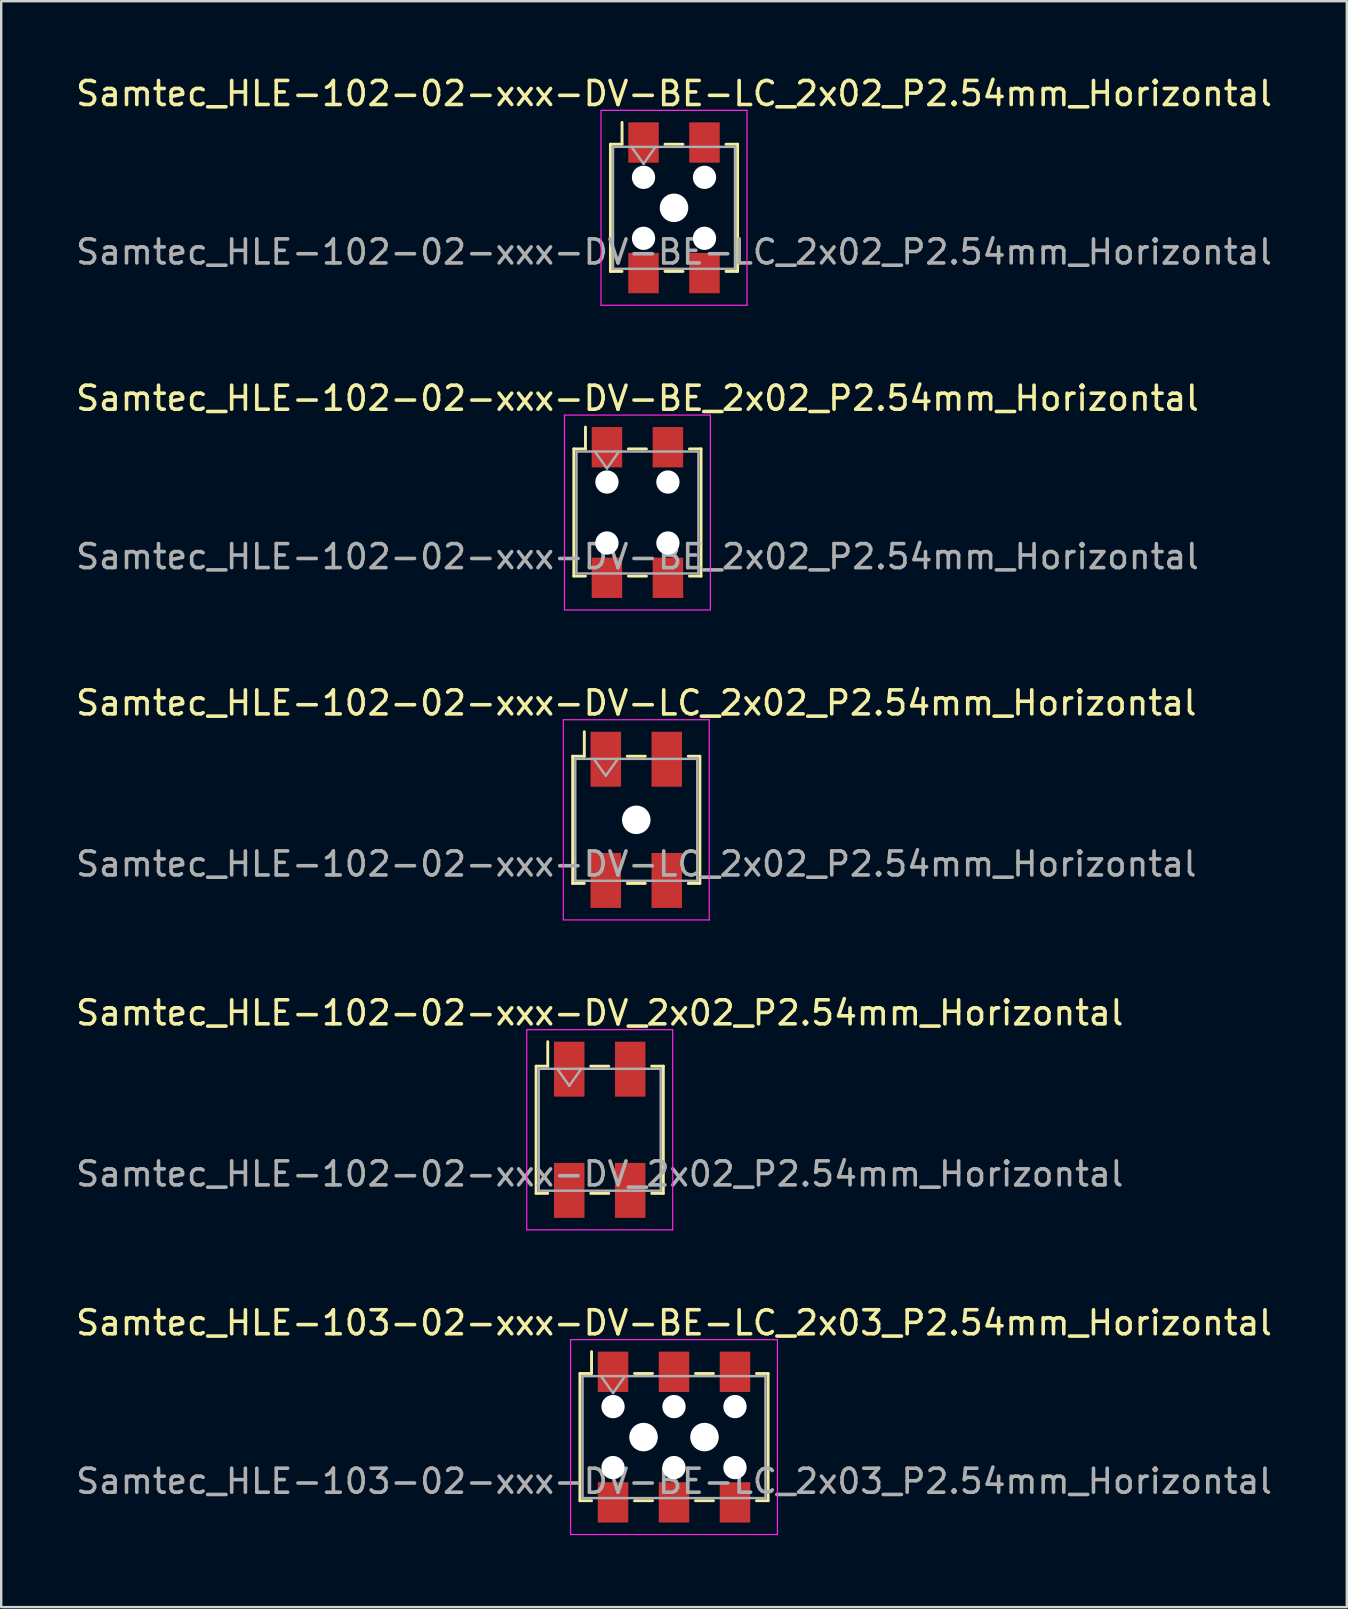
<source format=kicad_pcb>
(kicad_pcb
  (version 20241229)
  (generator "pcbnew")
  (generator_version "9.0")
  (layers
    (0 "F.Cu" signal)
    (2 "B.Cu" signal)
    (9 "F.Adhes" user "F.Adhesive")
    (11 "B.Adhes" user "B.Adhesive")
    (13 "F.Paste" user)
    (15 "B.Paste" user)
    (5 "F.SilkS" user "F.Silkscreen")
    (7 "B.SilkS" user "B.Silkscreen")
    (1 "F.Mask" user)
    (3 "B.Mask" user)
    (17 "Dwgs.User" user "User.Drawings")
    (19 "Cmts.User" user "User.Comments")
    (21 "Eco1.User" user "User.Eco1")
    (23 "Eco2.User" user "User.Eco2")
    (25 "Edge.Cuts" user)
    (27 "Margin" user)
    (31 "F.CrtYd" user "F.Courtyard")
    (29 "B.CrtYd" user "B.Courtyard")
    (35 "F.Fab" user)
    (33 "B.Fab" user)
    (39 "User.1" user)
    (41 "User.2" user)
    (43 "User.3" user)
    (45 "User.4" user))
  (footprint "Samtec_HLE-102-02-xxx-DV-BE-LC_2x02_P2.54mm_Horizontal"
    (layer "F.Cu")
    (at 25.03 5.608)
    (property "Reference" "Samtec_HLE-102-02-xxx-DV-BE-LC_2x02_P2.54mm_Horizontal" (at 0 -4.76 0) (layer "F.SilkS") (effects (font (size 1 1) (thickness 0.15))))
    (attr smd)
    (fp_line (start -2.65 -2.65) (end -2.65 2.65) (stroke (width 0.12) (type solid)) (layer "F.SilkS"))
    (fp_line (start -2.65 2.65) (end -2.165 2.65) (stroke (width 0.12) (type solid)) (layer "F.SilkS"))
    (fp_line (start -2.165 -3.56) (end -2.165 -2.65) (stroke (width 0.12) (type solid)) (layer "F.SilkS"))
    (fp_line (start -2.165 -2.65) (end -2.65 -2.65) (stroke (width 0.12) (type solid)) (layer "F.SilkS"))
    (fp_line (start -0.375 -2.65) (end 0.375 -2.65) (stroke (width 0.12) (type solid)) (layer "F.SilkS"))
    (fp_line (start -0.375 2.65) (end 0.375 2.65) (stroke (width 0.12) (type solid)) (layer "F.SilkS"))
    (fp_line (start 2.165 -2.65) (end 2.65 -2.65) (stroke (width 0.12) (type solid)) (layer "F.SilkS"))
    (fp_line (start 2.65 -2.65) (end 2.65 2.65) (stroke (width 0.12) (type solid)) (layer "F.SilkS"))
    (fp_line (start 2.65 2.65) (end 2.165 2.65) (stroke (width 0.12) (type solid)) (layer "F.SilkS"))
    (fp_line (start -3.04 -4.06) (end 3.04 -4.06) (stroke (width 0.05) (type solid)) (layer "F.CrtYd"))
    (fp_line (start -3.04 4.06) (end -3.04 -4.06) (stroke (width 0.05) (type solid)) (layer "F.CrtYd"))
    (fp_line (start 3.04 -4.06) (end 3.04 4.06) (stroke (width 0.05) (type solid)) (layer "F.CrtYd"))
    (fp_line (start 3.04 4.06) (end -3.04 4.06) (stroke (width 0.05) (type solid)) (layer "F.CrtYd"))
    (fp_line (start -2.54 -2.54) (end 2.54 -2.54) (stroke (width 0.1) (type solid)) (layer "F.Fab"))
    (fp_line (start -2.54 2.54) (end -2.54 -2.54) (stroke (width 0.1) (type solid)) (layer "F.Fab"))
    (fp_line (start -1.77 -2.54) (end -1.27 -1.833) (stroke (width 0.1) (type solid)) (layer "F.Fab"))
    (fp_line (start -1.27 -1.833) (end -0.77 -2.54) (stroke (width 0.1) (type solid)) (layer "F.Fab"))
    (fp_line (start 2.54 -2.54) (end 2.54 2.54) (stroke (width 0.1) (type solid)) (layer "F.Fab"))
    (fp_line (start 2.54 2.54) (end -2.54 2.54) (stroke (width 0.1) (type solid)) (layer "F.Fab"))
    (fp_text user "${REFERENCE}" (at 0 1.84 0) (layer "F.Fab") (effects (font (size 1 1) (thickness 0.15))))
    (pad "" np_thru_hole circle (at -1.27 -1.27) (size 0.97 0.97) (drill 0.97) (layers "*.Cu" "*.Mask"))
    (pad "" np_thru_hole circle (at -1.27 1.27) (size 0.97 0.97) (drill 0.97) (layers "*.Cu" "*.Mask"))
    (pad "" np_thru_hole circle (at 0 0) (size 1.19 1.19) (drill 1.19) (layers "*.Cu" "*.Mask"))
    (pad "" np_thru_hole circle (at 1.27 -1.27) (size 0.97 0.97) (drill 0.97) (layers "*.Cu" "*.Mask"))
    (pad "" np_thru_hole circle (at 1.27 1.27) (size 0.97 0.97) (drill 0.97) (layers "*.Cu" "*.Mask"))
    (pad "1" smd rect (at -1.27 -2.72) (size 1.27 1.68) (layers "F.Cu" "F.Mask" "F.Paste"))
    (pad "2" smd rect (at -1.27 2.72) (size 1.27 1.68) (layers "F.Cu" "F.Mask" "F.Paste"))
    (pad "3" smd rect (at 1.27 -2.72) (size 1.27 1.68) (layers "F.Cu" "F.Mask" "F.Paste"))
    (pad "4" smd rect (at 1.27 2.72) (size 1.27 1.68) (layers "F.Cu" "F.Mask" "F.Paste")))
  (footprint "Samtec_HLE-103-02-xxx-DV-BE-LC_2x03_P2.54mm_Horizontal"
    (layer "F.Cu")
    (at 25.03 56.821)
    (property "Reference" "Samtec_HLE-103-02-xxx-DV-BE-LC_2x03_P2.54mm_Horizontal" (at 0 -4.76 0) (layer "F.SilkS") (effects (font (size 1 1) (thickness 0.15))))
    (attr smd)
    (fp_line (start -3.92 -2.65) (end -3.92 2.65) (stroke (width 0.12) (type solid)) (layer "F.SilkS"))
    (fp_line (start -3.92 2.65) (end -3.435 2.65) (stroke (width 0.12) (type solid)) (layer "F.SilkS"))
    (fp_line (start -3.435 -3.56) (end -3.435 -2.65) (stroke (width 0.12) (type solid)) (layer "F.SilkS"))
    (fp_line (start -3.435 -2.65) (end -3.92 -2.65) (stroke (width 0.12) (type solid)) (layer "F.SilkS"))
    (fp_line (start -1.645 -2.65) (end -0.895 -2.65) (stroke (width 0.12) (type solid)) (layer "F.SilkS"))
    (fp_line (start -1.645 2.65) (end -0.895 2.65) (stroke (width 0.12) (type solid)) (layer "F.SilkS"))
    (fp_line (start 0.895 -2.65) (end 1.645 -2.65) (stroke (width 0.12) (type solid)) (layer "F.SilkS"))
    (fp_line (start 0.895 2.65) (end 1.645 2.65) (stroke (width 0.12) (type solid)) (layer "F.SilkS"))
    (fp_line (start 3.435 -2.65) (end 3.92 -2.65) (stroke (width 0.12) (type solid)) (layer "F.SilkS"))
    (fp_line (start 3.92 -2.65) (end 3.92 2.65) (stroke (width 0.12) (type solid)) (layer "F.SilkS"))
    (fp_line (start 3.92 2.65) (end 3.435 2.65) (stroke (width 0.12) (type solid)) (layer "F.SilkS"))
    (fp_line (start -4.31 -4.06) (end 4.31 -4.06) (stroke (width 0.05) (type solid)) (layer "F.CrtYd"))
    (fp_line (start -4.31 4.06) (end -4.31 -4.06) (stroke (width 0.05) (type solid)) (layer "F.CrtYd"))
    (fp_line (start 4.31 -4.06) (end 4.31 4.06) (stroke (width 0.05) (type solid)) (layer "F.CrtYd"))
    (fp_line (start 4.31 4.06) (end -4.31 4.06) (stroke (width 0.05) (type solid)) (layer "F.CrtYd"))
    (fp_line (start -3.81 -2.54) (end 3.81 -2.54) (stroke (width 0.1) (type solid)) (layer "F.Fab"))
    (fp_line (start -3.81 2.54) (end -3.81 -2.54) (stroke (width 0.1) (type solid)) (layer "F.Fab"))
    (fp_line (start -3.04 -2.54) (end -2.54 -1.833) (stroke (width 0.1) (type solid)) (layer "F.Fab"))
    (fp_line (start -2.54 -1.833) (end -2.04 -2.54) (stroke (width 0.1) (type solid)) (layer "F.Fab"))
    (fp_line (start 3.81 -2.54) (end 3.81 2.54) (stroke (width 0.1) (type solid)) (layer "F.Fab"))
    (fp_line (start 3.81 2.54) (end -3.81 2.54) (stroke (width 0.1) (type solid)) (layer "F.Fab"))
    (fp_text user "${REFERENCE}" (at 0 1.84 0) (layer "F.Fab") (effects (font (size 1 1) (thickness 0.15))))
    (pad "" np_thru_hole circle (at -2.54 -1.27) (size 0.97 0.97) (drill 0.97) (layers "*.Cu" "*.Mask"))
    (pad "" np_thru_hole circle (at -2.54 1.27) (size 0.97 0.97) (drill 0.97) (layers "*.Cu" "*.Mask"))
    (pad "" np_thru_hole circle (at -1.27 0) (size 1.19 1.19) (drill 1.19) (layers "*.Cu" "*.Mask"))
    (pad "" np_thru_hole circle (at 0 -1.27) (size 0.97 0.97) (drill 0.97) (layers "*.Cu" "*.Mask"))
    (pad "" np_thru_hole circle (at 0 1.27) (size 0.97 0.97) (drill 0.97) (layers "*.Cu" "*.Mask"))
    (pad "" np_thru_hole circle (at 1.27 0) (size 1.19 1.19) (drill 1.19) (layers "*.Cu" "*.Mask"))
    (pad "" np_thru_hole circle (at 2.54 -1.27) (size 0.97 0.97) (drill 0.97) (layers "*.Cu" "*.Mask"))
    (pad "" np_thru_hole circle (at 2.54 1.27) (size 0.97 0.97) (drill 0.97) (layers "*.Cu" "*.Mask"))
    (pad "1" smd rect (at -2.54 -2.72) (size 1.27 1.68) (layers "F.Cu" "F.Mask" "F.Paste"))
    (pad "2" smd rect (at -2.54 2.72) (size 1.27 1.68) (layers "F.Cu" "F.Mask" "F.Paste"))
    (pad "3" smd rect (at 0 -2.72) (size 1.27 1.68) (layers "F.Cu" "F.Mask" "F.Paste"))
    (pad "4" smd rect (at 0 2.72) (size 1.27 1.68) (layers "F.Cu" "F.Mask" "F.Paste"))
    (pad "5" smd rect (at 2.54 -2.72) (size 1.27 1.68) (layers "F.Cu" "F.Mask" "F.Paste"))
    (pad "6" smd rect (at 2.54 2.72) (size 1.27 1.68) (layers "F.Cu" "F.Mask" "F.Paste")))
  (footprint "Samtec_HLE-102-02-xxx-DV-BE_2x02_P2.54mm_Horizontal"
    (layer "F.Cu")
    (at 23.506 18.302)
    (property "Reference" "Samtec_HLE-102-02-xxx-DV-BE_2x02_P2.54mm_Horizontal" (at 0 -4.76 0) (layer "F.SilkS") (effects (font (size 1 1) (thickness 0.15))))
    (attr smd)
    (fp_line (start -2.65 -2.65) (end -2.65 2.65) (stroke (width 0.12) (type solid)) (layer "F.SilkS"))
    (fp_line (start -2.65 2.65) (end -2.165 2.65) (stroke (width 0.12) (type solid)) (layer "F.SilkS"))
    (fp_line (start -2.165 -3.56) (end -2.165 -2.65) (stroke (width 0.12) (type solid)) (layer "F.SilkS"))
    (fp_line (start -2.165 -2.65) (end -2.65 -2.65) (stroke (width 0.12) (type solid)) (layer "F.SilkS"))
    (fp_line (start -0.375 -2.65) (end 0.375 -2.65) (stroke (width 0.12) (type solid)) (layer "F.SilkS"))
    (fp_line (start -0.375 2.65) (end 0.375 2.65) (stroke (width 0.12) (type solid)) (layer "F.SilkS"))
    (fp_line (start 2.165 -2.65) (end 2.65 -2.65) (stroke (width 0.12) (type solid)) (layer "F.SilkS"))
    (fp_line (start 2.65 -2.65) (end 2.65 2.65) (stroke (width 0.12) (type solid)) (layer "F.SilkS"))
    (fp_line (start 2.65 2.65) (end 2.165 2.65) (stroke (width 0.12) (type solid)) (layer "F.SilkS"))
    (fp_line (start -3.04 -4.06) (end 3.04 -4.06) (stroke (width 0.05) (type solid)) (layer "F.CrtYd"))
    (fp_line (start -3.04 4.06) (end -3.04 -4.06) (stroke (width 0.05) (type solid)) (layer "F.CrtYd"))
    (fp_line (start 3.04 -4.06) (end 3.04 4.06) (stroke (width 0.05) (type solid)) (layer "F.CrtYd"))
    (fp_line (start 3.04 4.06) (end -3.04 4.06) (stroke (width 0.05) (type solid)) (layer "F.CrtYd"))
    (fp_line (start -2.54 -2.54) (end 2.54 -2.54) (stroke (width 0.1) (type solid)) (layer "F.Fab"))
    (fp_line (start -2.54 2.54) (end -2.54 -2.54) (stroke (width 0.1) (type solid)) (layer "F.Fab"))
    (fp_line (start -1.77 -2.54) (end -1.27 -1.833) (stroke (width 0.1) (type solid)) (layer "F.Fab"))
    (fp_line (start -1.27 -1.833) (end -0.77 -2.54) (stroke (width 0.1) (type solid)) (layer "F.Fab"))
    (fp_line (start 2.54 -2.54) (end 2.54 2.54) (stroke (width 0.1) (type solid)) (layer "F.Fab"))
    (fp_line (start 2.54 2.54) (end -2.54 2.54) (stroke (width 0.1) (type solid)) (layer "F.Fab"))
    (fp_text user "${REFERENCE}" (at 0 1.84 0) (layer "F.Fab") (effects (font (size 1 1) (thickness 0.15))))
    (pad "" np_thru_hole circle (at -1.27 -1.27) (size 0.97 0.97) (drill 0.97) (layers "*.Cu" "*.Mask"))
    (pad "" np_thru_hole circle (at -1.27 1.27) (size 0.97 0.97) (drill 0.97) (layers "*.Cu" "*.Mask"))
    (pad "" np_thru_hole circle (at 1.27 -1.27) (size 0.97 0.97) (drill 0.97) (layers "*.Cu" "*.Mask"))
    (pad "" np_thru_hole circle (at 1.27 1.27) (size 0.97 0.97) (drill 0.97) (layers "*.Cu" "*.Mask"))
    (pad "1" smd rect (at -1.27 -2.72) (size 1.27 1.68) (layers "F.Cu" "F.Mask" "F.Paste"))
    (pad "2" smd rect (at -1.27 2.72) (size 1.27 1.68) (layers "F.Cu" "F.Mask" "F.Paste"))
    (pad "3" smd rect (at 1.27 -2.72) (size 1.27 1.68) (layers "F.Cu" "F.Mask" "F.Paste"))
    (pad "4" smd rect (at 1.27 2.72) (size 1.27 1.68) (layers "F.Cu" "F.Mask" "F.Paste")))
  (footprint "Samtec_HLE-102-02-xxx-DV-LC_2x02_P2.54mm_Horizontal"
    (layer "F.Cu")
    (at 23.458 31.105)
    (property "Reference" "Samtec_HLE-102-02-xxx-DV-LC_2x02_P2.54mm_Horizontal" (at 0 -4.87 0) (layer "F.SilkS") (effects (font (size 1 1) (thickness 0.15))))
    (attr smd)
    (fp_line (start -2.65 -2.65) (end -2.65 2.65) (stroke (width 0.12) (type solid)) (layer "F.SilkS"))
    (fp_line (start -2.65 2.65) (end -2.165 2.65) (stroke (width 0.12) (type solid)) (layer "F.SilkS"))
    (fp_line (start -2.165 -3.67) (end -2.165 -2.65) (stroke (width 0.12) (type solid)) (layer "F.SilkS"))
    (fp_line (start -2.165 -2.65) (end -2.65 -2.65) (stroke (width 0.12) (type solid)) (layer "F.SilkS"))
    (fp_line (start -0.375 -2.65) (end 0.375 -2.65) (stroke (width 0.12) (type solid)) (layer "F.SilkS"))
    (fp_line (start -0.375 2.65) (end 0.375 2.65) (stroke (width 0.12) (type solid)) (layer "F.SilkS"))
    (fp_line (start 2.165 -2.65) (end 2.65 -2.65) (stroke (width 0.12) (type solid)) (layer "F.SilkS"))
    (fp_line (start 2.65 -2.65) (end 2.65 2.65) (stroke (width 0.12) (type solid)) (layer "F.SilkS"))
    (fp_line (start 2.65 2.65) (end 2.165 2.65) (stroke (width 0.12) (type solid)) (layer "F.SilkS"))
    (fp_line (start -3.04 -4.17) (end 3.04 -4.17) (stroke (width 0.05) (type solid)) (layer "F.CrtYd"))
    (fp_line (start -3.04 4.17) (end -3.04 -4.17) (stroke (width 0.05) (type solid)) (layer "F.CrtYd"))
    (fp_line (start 3.04 -4.17) (end 3.04 4.17) (stroke (width 0.05) (type solid)) (layer "F.CrtYd"))
    (fp_line (start 3.04 4.17) (end -3.04 4.17) (stroke (width 0.05) (type solid)) (layer "F.CrtYd"))
    (fp_line (start -2.54 -2.54) (end 2.54 -2.54) (stroke (width 0.1) (type solid)) (layer "F.Fab"))
    (fp_line (start -2.54 2.54) (end -2.54 -2.54) (stroke (width 0.1) (type solid)) (layer "F.Fab"))
    (fp_line (start -1.77 -2.54) (end -1.27 -1.833) (stroke (width 0.1) (type solid)) (layer "F.Fab"))
    (fp_line (start -1.27 -1.833) (end -0.77 -2.54) (stroke (width 0.1) (type solid)) (layer "F.Fab"))
    (fp_line (start 2.54 -2.54) (end 2.54 2.54) (stroke (width 0.1) (type solid)) (layer "F.Fab"))
    (fp_line (start 2.54 2.54) (end -2.54 2.54) (stroke (width 0.1) (type solid)) (layer "F.Fab"))
    (fp_text user "${REFERENCE}" (at 0 1.84 0) (layer "F.Fab") (effects (font (size 1 1) (thickness 0.15))))
    (pad "" np_thru_hole circle (at 0 0) (size 1.19 1.19) (drill 1.19) (layers "*.Cu" "*.Mask"))
    (pad "1" smd rect (at -1.27 -2.525) (size 1.27 2.29) (layers "F.Cu" "F.Mask" "F.Paste"))
    (pad "2" smd rect (at -1.27 2.525) (size 1.27 2.29) (layers "F.Cu" "F.Mask" "F.Paste"))
    (pad "3" smd rect (at 1.27 -2.525) (size 1.27 2.29) (layers "F.Cu" "F.Mask" "F.Paste"))
    (pad "4" smd rect (at 1.27 2.525) (size 1.27 2.29) (layers "F.Cu" "F.Mask" "F.Paste")))
  (footprint "Samtec_HLE-102-02-xxx-DV_2x02_P2.54mm_Horizontal"
    (layer "F.Cu")
    (at 21.935 44.018)
    (property "Reference" "Samtec_HLE-102-02-xxx-DV_2x02_P2.54mm_Horizontal" (at 0 -4.87 0) (layer "F.SilkS") (effects (font (size 1 1) (thickness 0.15))))
    (attr smd)
    (fp_line (start -2.65 -2.65) (end -2.65 2.65) (stroke (width 0.12) (type solid)) (layer "F.SilkS"))
    (fp_line (start -2.65 2.65) (end -2.165 2.65) (stroke (width 0.12) (type solid)) (layer "F.SilkS"))
    (fp_line (start -2.165 -3.67) (end -2.165 -2.65) (stroke (width 0.12) (type solid)) (layer "F.SilkS"))
    (fp_line (start -2.165 -2.65) (end -2.65 -2.65) (stroke (width 0.12) (type solid)) (layer "F.SilkS"))
    (fp_line (start -0.375 -2.65) (end 0.375 -2.65) (stroke (width 0.12) (type solid)) (layer "F.SilkS"))
    (fp_line (start -0.375 2.65) (end 0.375 2.65) (stroke (width 0.12) (type solid)) (layer "F.SilkS"))
    (fp_line (start 2.165 -2.65) (end 2.65 -2.65) (stroke (width 0.12) (type solid)) (layer "F.SilkS"))
    (fp_line (start 2.65 -2.65) (end 2.65 2.65) (stroke (width 0.12) (type solid)) (layer "F.SilkS"))
    (fp_line (start 2.65 2.65) (end 2.165 2.65) (stroke (width 0.12) (type solid)) (layer "F.SilkS"))
    (fp_line (start -3.04 -4.17) (end 3.04 -4.17) (stroke (width 0.05) (type solid)) (layer "F.CrtYd"))
    (fp_line (start -3.04 4.17) (end -3.04 -4.17) (stroke (width 0.05) (type solid)) (layer "F.CrtYd"))
    (fp_line (start 3.04 -4.17) (end 3.04 4.17) (stroke (width 0.05) (type solid)) (layer "F.CrtYd"))
    (fp_line (start 3.04 4.17) (end -3.04 4.17) (stroke (width 0.05) (type solid)) (layer "F.CrtYd"))
    (fp_line (start -2.54 -2.54) (end 2.54 -2.54) (stroke (width 0.1) (type solid)) (layer "F.Fab"))
    (fp_line (start -2.54 2.54) (end -2.54 -2.54) (stroke (width 0.1) (type solid)) (layer "F.Fab"))
    (fp_line (start -1.77 -2.54) (end -1.27 -1.833) (stroke (width 0.1) (type solid)) (layer "F.Fab"))
    (fp_line (start -1.27 -1.833) (end -0.77 -2.54) (stroke (width 0.1) (type solid)) (layer "F.Fab"))
    (fp_line (start 2.54 -2.54) (end 2.54 2.54) (stroke (width 0.1) (type solid)) (layer "F.Fab"))
    (fp_line (start 2.54 2.54) (end -2.54 2.54) (stroke (width 0.1) (type solid)) (layer "F.Fab"))
    (fp_text user "${REFERENCE}" (at 0 1.84 0) (layer "F.Fab") (effects (font (size 1 1) (thickness 0.15))))
    (pad "1" smd rect (at -1.27 -2.525) (size 1.27 2.29) (layers "F.Cu" "F.Mask" "F.Paste"))
    (pad "2" smd rect (at -1.27 2.525) (size 1.27 2.29) (layers "F.Cu" "F.Mask" "F.Paste"))
    (pad "3" smd rect (at 1.27 -2.525) (size 1.27 2.29) (layers "F.Cu" "F.Mask" "F.Paste"))
    (pad "4" smd rect (at 1.27 2.525) (size 1.27 2.29) (layers "F.Cu" "F.Mask" "F.Paste")))
  (gr_rect
    (start -3 -3)
    (end 53.06 63.906)
    (stroke (width 0.1) (type default))
    (fill no)
    (layer "Edge.Cuts")))
</source>
